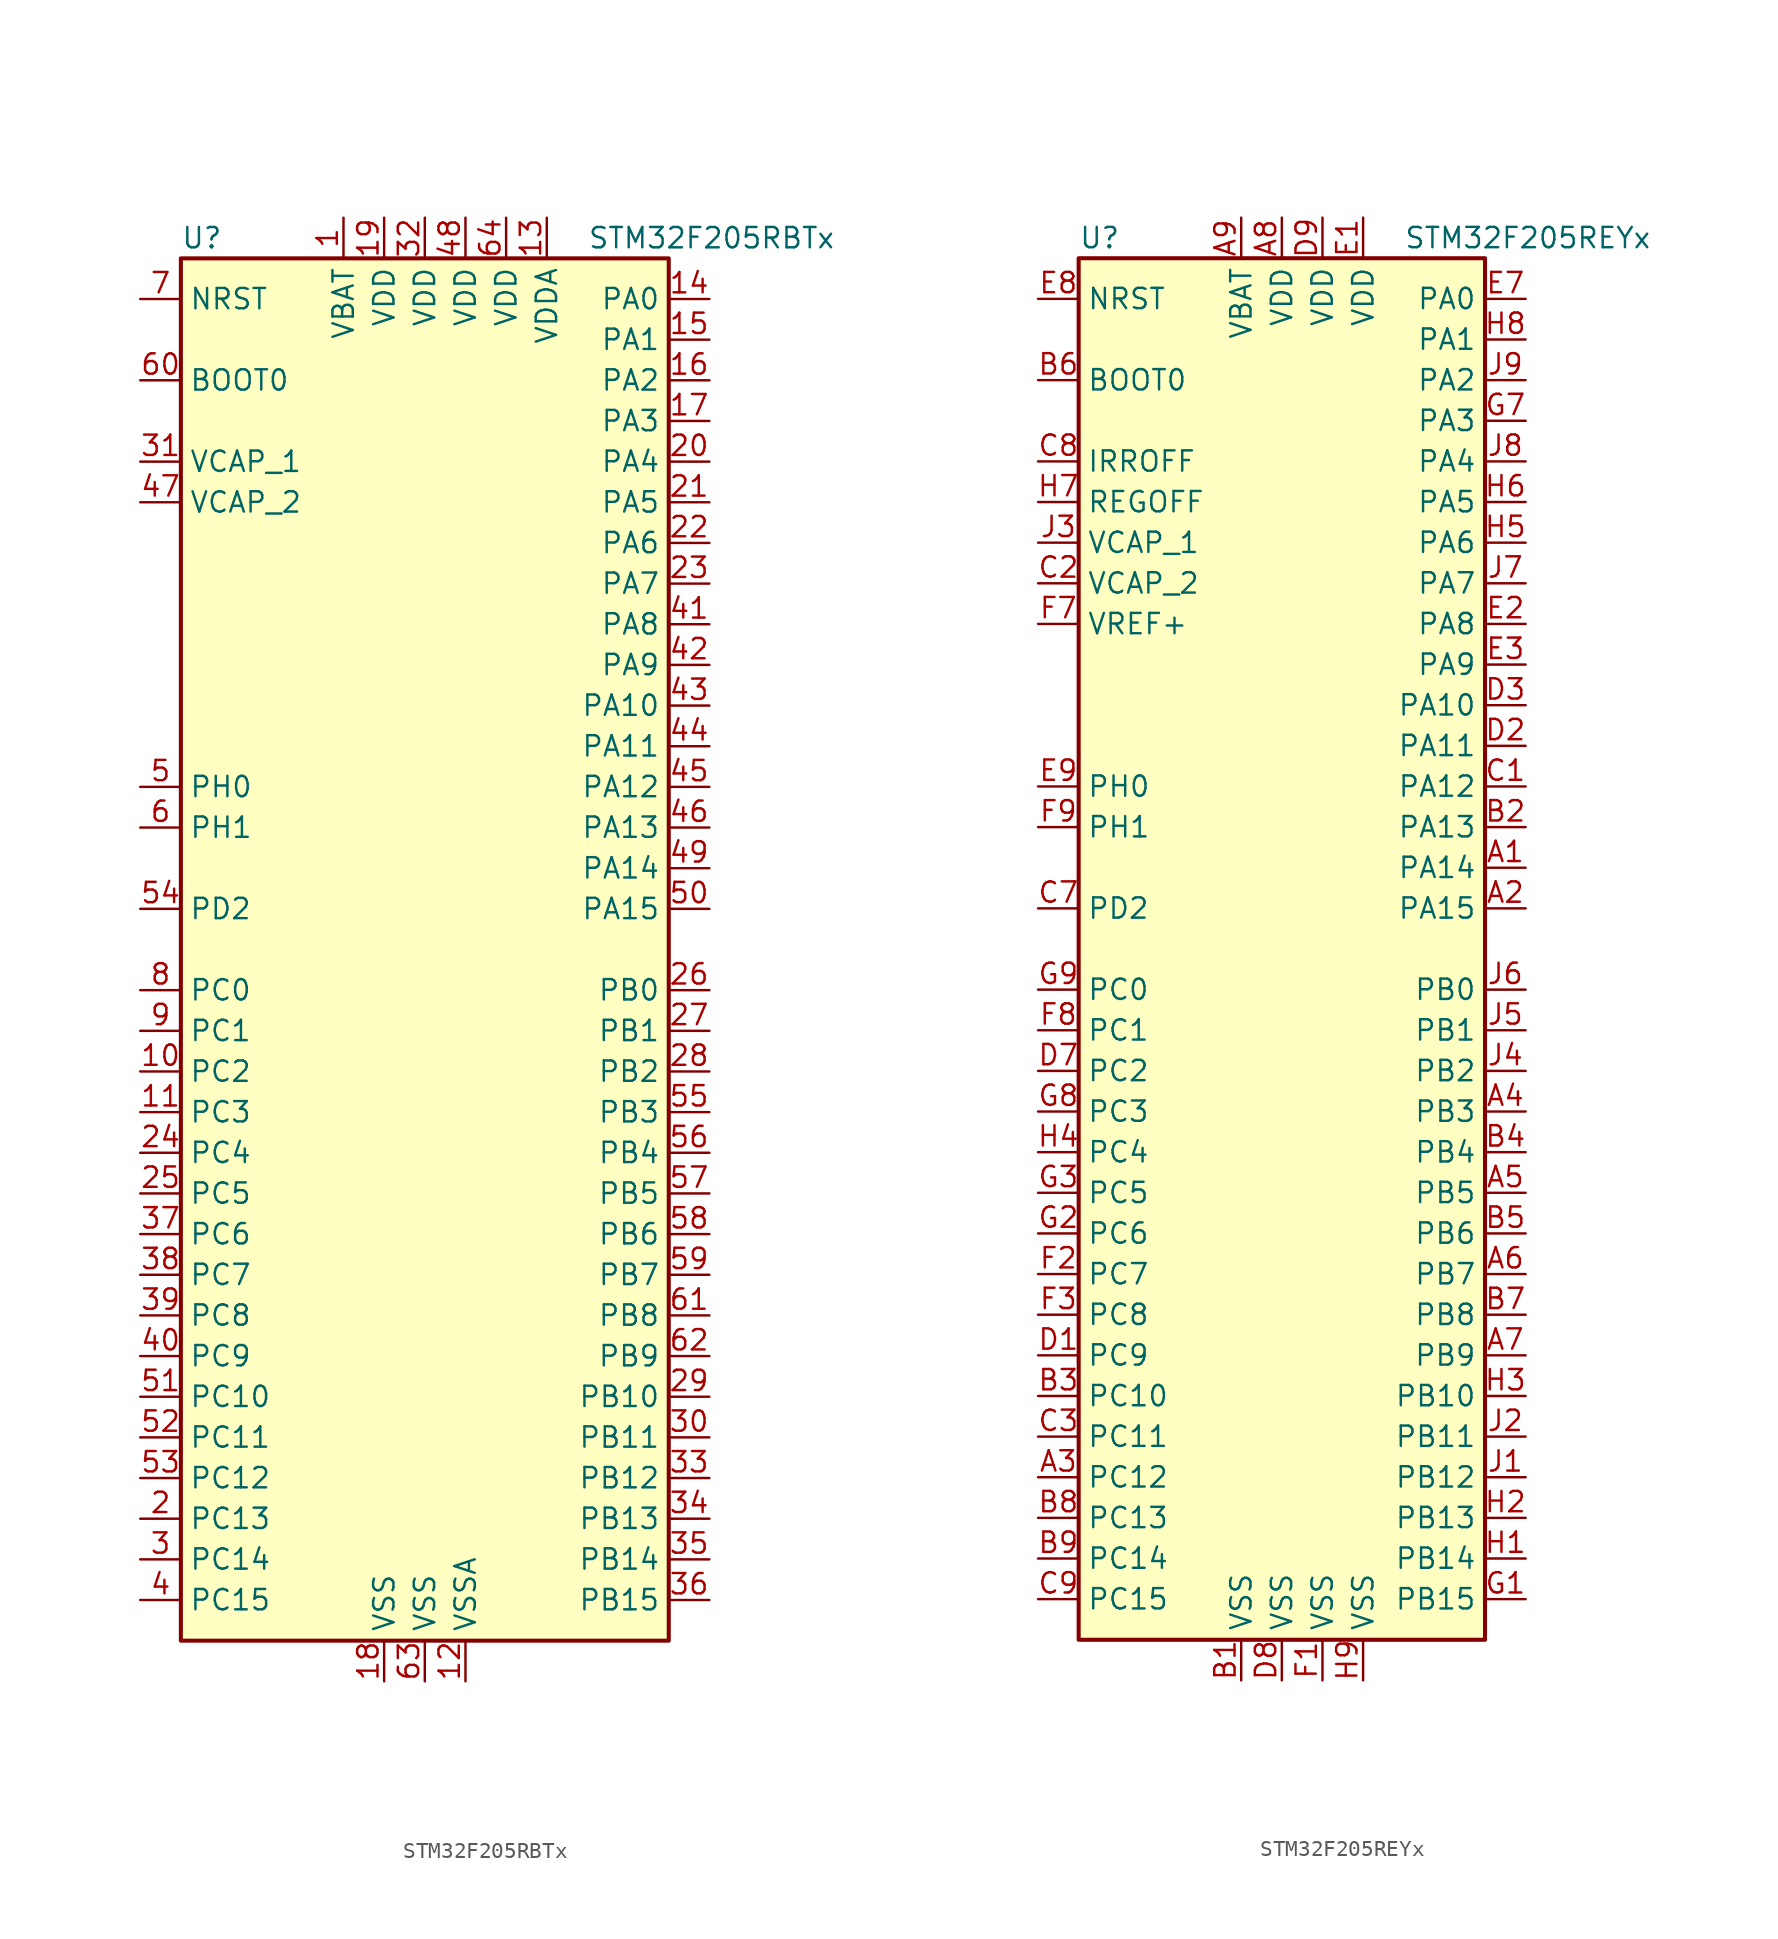
<source format=kicad_sym>
(kicad_symbol_lib
  (version 20201005)
  (generator kicad_symbol_editor)
  (symbol "STM32F205RBTx"
    (property "Reference" "U"
      (at -15.24 44.45 0)
      (effects (font (size 1.27 1.27)) (justify left)))
    (property "Value" "STM32F205RBTx"
      (at 10.16 44.45 0)
      (effects (font (size 1.27 1.27)) (justify left)))
    (symbol "STM32F205RBTx_0_1"
      (rectangle (start -15.24 -43.18) (end 15.24 43.18) (stroke (width 0.254)) (fill (type background))))
    (symbol "STM32F205RBTx_1_1"
      (pin input line (at -17.78 35.56 0) (length 2.54) (name "BOOT0" (effects (font (size 1.27 1.27)))) (number "60" (effects (font (size 1.27 1.27)))))
      (pin input line (at -17.78 40.64 0) (length 2.54) (name "NRST" (effects (font (size 1.27 1.27)))) (number "7" (effects (font (size 1.27 1.27)))))
      (pin bidirectional line (at 17.78 40.64 180) (length 2.54) (name "PA0" (effects (font (size 1.27 1.27)))) (number "14" (effects (font (size 1.27 1.27)))))
      (pin bidirectional line (at 17.78 38.1 180) (length 2.54) (name "PA1" (effects (font (size 1.27 1.27)))) (number "15" (effects (font (size 1.27 1.27)))))
      (pin bidirectional line (at 17.78 15.24 180) (length 2.54) (name "PA10" (effects (font (size 1.27 1.27)))) (number "43" (effects (font (size 1.27 1.27)))))
      (pin bidirectional line (at 17.78 12.7 180) (length 2.54) (name "PA11" (effects (font (size 1.27 1.27)))) (number "44" (effects (font (size 1.27 1.27)))))
      (pin bidirectional line (at 17.78 10.16 180) (length 2.54) (name "PA12" (effects (font (size 1.27 1.27)))) (number "45" (effects (font (size 1.27 1.27)))))
      (pin bidirectional line (at 17.78 7.62 180) (length 2.54) (name "PA13" (effects (font (size 1.27 1.27)))) (number "46" (effects (font (size 1.27 1.27)))))
      (pin bidirectional line (at 17.78 5.08 180) (length 2.54) (name "PA14" (effects (font (size 1.27 1.27)))) (number "49" (effects (font (size 1.27 1.27)))))
      (pin bidirectional line (at 17.78 2.54 180) (length 2.54) (name "PA15" (effects (font (size 1.27 1.27)))) (number "50" (effects (font (size 1.27 1.27)))))
      (pin bidirectional line (at 17.78 35.56 180) (length 2.54) (name "PA2" (effects (font (size 1.27 1.27)))) (number "16" (effects (font (size 1.27 1.27)))))
      (pin bidirectional line (at 17.78 33.02 180) (length 2.54) (name "PA3" (effects (font (size 1.27 1.27)))) (number "17" (effects (font (size 1.27 1.27)))))
      (pin bidirectional line (at 17.78 30.48 180) (length 2.54) (name "PA4" (effects (font (size 1.27 1.27)))) (number "20" (effects (font (size 1.27 1.27)))))
      (pin bidirectional line (at 17.78 27.94 180) (length 2.54) (name "PA5" (effects (font (size 1.27 1.27)))) (number "21" (effects (font (size 1.27 1.27)))))
      (pin bidirectional line (at 17.78 25.4 180) (length 2.54) (name "PA6" (effects (font (size 1.27 1.27)))) (number "22" (effects (font (size 1.27 1.27)))))
      (pin bidirectional line (at 17.78 22.86 180) (length 2.54) (name "PA7" (effects (font (size 1.27 1.27)))) (number "23" (effects (font (size 1.27 1.27)))))
      (pin bidirectional line (at 17.78 20.32 180) (length 2.54) (name "PA8" (effects (font (size 1.27 1.27)))) (number "41" (effects (font (size 1.27 1.27)))))
      (pin bidirectional line (at 17.78 17.78 180) (length 2.54) (name "PA9" (effects (font (size 1.27 1.27)))) (number "42" (effects (font (size 1.27 1.27)))))
      (pin bidirectional line (at 17.78 -2.54 180) (length 2.54) (name "PB0" (effects (font (size 1.27 1.27)))) (number "26" (effects (font (size 1.27 1.27)))))
      (pin bidirectional line (at 17.78 -5.08 180) (length 2.54) (name "PB1" (effects (font (size 1.27 1.27)))) (number "27" (effects (font (size 1.27 1.27)))))
      (pin bidirectional line (at 17.78 -27.94 180) (length 2.54) (name "PB10" (effects (font (size 1.27 1.27)))) (number "29" (effects (font (size 1.27 1.27)))))
      (pin bidirectional line (at 17.78 -30.48 180) (length 2.54) (name "PB11" (effects (font (size 1.27 1.27)))) (number "30" (effects (font (size 1.27 1.27)))))
      (pin bidirectional line (at 17.78 -33.02 180) (length 2.54) (name "PB12" (effects (font (size 1.27 1.27)))) (number "33" (effects (font (size 1.27 1.27)))))
      (pin bidirectional line (at 17.78 -35.56 180) (length 2.54) (name "PB13" (effects (font (size 1.27 1.27)))) (number "34" (effects (font (size 1.27 1.27)))))
      (pin bidirectional line (at 17.78 -38.1 180) (length 2.54) (name "PB14" (effects (font (size 1.27 1.27)))) (number "35" (effects (font (size 1.27 1.27)))))
      (pin bidirectional line (at 17.78 -40.64 180) (length 2.54) (name "PB15" (effects (font (size 1.27 1.27)))) (number "36" (effects (font (size 1.27 1.27)))))
      (pin bidirectional line (at 17.78 -7.62 180) (length 2.54) (name "PB2" (effects (font (size 1.27 1.27)))) (number "28" (effects (font (size 1.27 1.27)))))
      (pin bidirectional line (at 17.78 -10.16 180) (length 2.54) (name "PB3" (effects (font (size 1.27 1.27)))) (number "55" (effects (font (size 1.27 1.27)))))
      (pin bidirectional line (at 17.78 -12.7 180) (length 2.54) (name "PB4" (effects (font (size 1.27 1.27)))) (number "56" (effects (font (size 1.27 1.27)))))
      (pin bidirectional line (at 17.78 -15.24 180) (length 2.54) (name "PB5" (effects (font (size 1.27 1.27)))) (number "57" (effects (font (size 1.27 1.27)))))
      (pin bidirectional line (at 17.78 -17.78 180) (length 2.54) (name "PB6" (effects (font (size 1.27 1.27)))) (number "58" (effects (font (size 1.27 1.27)))))
      (pin bidirectional line (at 17.78 -20.32 180) (length 2.54) (name "PB7" (effects (font (size 1.27 1.27)))) (number "59" (effects (font (size 1.27 1.27)))))
      (pin bidirectional line (at 17.78 -22.86 180) (length 2.54) (name "PB8" (effects (font (size 1.27 1.27)))) (number "61" (effects (font (size 1.27 1.27)))))
      (pin bidirectional line (at 17.78 -25.4 180) (length 2.54) (name "PB9" (effects (font (size 1.27 1.27)))) (number "62" (effects (font (size 1.27 1.27)))))
      (pin bidirectional line (at -17.78 -2.54 0) (length 2.54) (name "PC0" (effects (font (size 1.27 1.27)))) (number "8" (effects (font (size 1.27 1.27)))))
      (pin bidirectional line (at -17.78 -5.08 0) (length 2.54) (name "PC1" (effects (font (size 1.27 1.27)))) (number "9" (effects (font (size 1.27 1.27)))))
      (pin bidirectional line (at -17.78 -27.94 0) (length 2.54) (name "PC10" (effects (font (size 1.27 1.27)))) (number "51" (effects (font (size 1.27 1.27)))))
      (pin bidirectional line (at -17.78 -30.48 0) (length 2.54) (name "PC11" (effects (font (size 1.27 1.27)))) (number "52" (effects (font (size 1.27 1.27)))))
      (pin bidirectional line (at -17.78 -33.02 0) (length 2.54) (name "PC12" (effects (font (size 1.27 1.27)))) (number "53" (effects (font (size 1.27 1.27)))))
      (pin bidirectional line (at -17.78 -35.56 0) (length 2.54) (name "PC13" (effects (font (size 1.27 1.27)))) (number "2" (effects (font (size 1.27 1.27)))))
      (pin bidirectional line (at -17.78 -38.1 0) (length 2.54) (name "PC14" (effects (font (size 1.27 1.27)))) (number "3" (effects (font (size 1.27 1.27)))))
      (pin bidirectional line (at -17.78 -40.64 0) (length 2.54) (name "PC15" (effects (font (size 1.27 1.27)))) (number "4" (effects (font (size 1.27 1.27)))))
      (pin bidirectional line (at -17.78 -7.62 0) (length 2.54) (name "PC2" (effects (font (size 1.27 1.27)))) (number "10" (effects (font (size 1.27 1.27)))))
      (pin bidirectional line (at -17.78 -10.16 0) (length 2.54) (name "PC3" (effects (font (size 1.27 1.27)))) (number "11" (effects (font (size 1.27 1.27)))))
      (pin bidirectional line (at -17.78 -12.7 0) (length 2.54) (name "PC4" (effects (font (size 1.27 1.27)))) (number "24" (effects (font (size 1.27 1.27)))))
      (pin bidirectional line (at -17.78 -15.24 0) (length 2.54) (name "PC5" (effects (font (size 1.27 1.27)))) (number "25" (effects (font (size 1.27 1.27)))))
      (pin bidirectional line (at -17.78 -17.78 0) (length 2.54) (name "PC6" (effects (font (size 1.27 1.27)))) (number "37" (effects (font (size 1.27 1.27)))))
      (pin bidirectional line (at -17.78 -20.32 0) (length 2.54) (name "PC7" (effects (font (size 1.27 1.27)))) (number "38" (effects (font (size 1.27 1.27)))))
      (pin bidirectional line (at -17.78 -22.86 0) (length 2.54) (name "PC8" (effects (font (size 1.27 1.27)))) (number "39" (effects (font (size 1.27 1.27)))))
      (pin bidirectional line (at -17.78 -25.4 0) (length 2.54) (name "PC9" (effects (font (size 1.27 1.27)))) (number "40" (effects (font (size 1.27 1.27)))))
      (pin bidirectional line (at -17.78 2.54 0) (length 2.54) (name "PD2" (effects (font (size 1.27 1.27)))) (number "54" (effects (font (size 1.27 1.27)))))
      (pin input line (at -17.78 10.16 0) (length 2.54) (name "PH0" (effects (font (size 1.27 1.27)))) (number "5" (effects (font (size 1.27 1.27)))))
      (pin input line (at -17.78 7.62 0) (length 2.54) (name "PH1" (effects (font (size 1.27 1.27)))) (number "6" (effects (font (size 1.27 1.27)))))
      (pin power_in line (at -5.08 45.72 270) (length 2.54) (name "VBAT" (effects (font (size 1.27 1.27)))) (number "1" (effects (font (size 1.27 1.27)))))
      (pin power_in line (at -17.78 30.48 0) (length 2.54) (name "VCAP_1" (effects (font (size 1.27 1.27)))) (number "31" (effects (font (size 1.27 1.27)))))
      (pin power_in line (at -17.78 27.94 0) (length 2.54) (name "VCAP_2" (effects (font (size 1.27 1.27)))) (number "47" (effects (font (size 1.27 1.27)))))
      (pin power_in line (at -2.54 45.72 270) (length 2.54) (name "VDD" (effects (font (size 1.27 1.27)))) (number "19" (effects (font (size 1.27 1.27)))))
      (pin power_in line (at 0 45.72 270) (length 2.54) (name "VDD" (effects (font (size 1.27 1.27)))) (number "32" (effects (font (size 1.27 1.27)))))
      (pin power_in line (at 2.54 45.72 270) (length 2.54) (name "VDD" (effects (font (size 1.27 1.27)))) (number "48" (effects (font (size 1.27 1.27)))))
      (pin power_in line (at 5.08 45.72 270) (length 2.54) (name "VDD" (effects (font (size 1.27 1.27)))) (number "64" (effects (font (size 1.27 1.27)))))
      (pin power_in line (at 7.62 45.72 270) (length 2.54) (name "VDDA" (effects (font (size 1.27 1.27)))) (number "13" (effects (font (size 1.27 1.27)))))
      (pin power_in line (at -2.54 -45.72 90) (length 2.54) (name "VSS" (effects (font (size 1.27 1.27)))) (number "18" (effects (font (size 1.27 1.27)))))
      (pin power_in line (at 0 -45.72 90) (length 2.54) (name "VSS" (effects (font (size 1.27 1.27)))) (number "63" (effects (font (size 1.27 1.27)))))
      (pin power_in line (at 2.54 -45.72 90) (length 2.54) (name "VSSA" (effects (font (size 1.27 1.27)))) (number "12" (effects (font (size 1.27 1.27)))))))
  (symbol "STM32F205REYx"
    (property "Reference" "U"
      (at -12.7 44.45 0)
      (effects (font (size 1.27 1.27)) (justify left)))
    (property "Value" "STM32F205REYx"
      (at 7.62 44.45 0)
      (effects (font (size 1.27 1.27)) (justify left)))
    (symbol "STM32F205REYx_0_1"
      (rectangle (start -12.7 -43.18) (end 12.7 43.18) (stroke (width 0.254)) (fill (type background))))
    (symbol "STM32F205REYx_1_1"
      (pin input line (at -15.24 35.56 0) (length 2.54) (name "BOOT0" (effects (font (size 1.27 1.27)))) (number "B6" (effects (font (size 1.27 1.27)))))
      (pin power_in line (at -15.24 30.48 0) (length 2.54) (name "IRROFF" (effects (font (size 1.27 1.27)))) (number "C8" (effects (font (size 1.27 1.27)))))
      (pin input line (at -15.24 40.64 0) (length 2.54) (name "NRST" (effects (font (size 1.27 1.27)))) (number "E8" (effects (font (size 1.27 1.27)))))
      (pin bidirectional line (at 15.24 40.64 180) (length 2.54) (name "PA0" (effects (font (size 1.27 1.27)))) (number "E7" (effects (font (size 1.27 1.27)))))
      (pin bidirectional line (at 15.24 38.1 180) (length 2.54) (name "PA1" (effects (font (size 1.27 1.27)))) (number "H8" (effects (font (size 1.27 1.27)))))
      (pin bidirectional line (at 15.24 15.24 180) (length 2.54) (name "PA10" (effects (font (size 1.27 1.27)))) (number "D3" (effects (font (size 1.27 1.27)))))
      (pin bidirectional line (at 15.24 12.7 180) (length 2.54) (name "PA11" (effects (font (size 1.27 1.27)))) (number "D2" (effects (font (size 1.27 1.27)))))
      (pin bidirectional line (at 15.24 10.16 180) (length 2.54) (name "PA12" (effects (font (size 1.27 1.27)))) (number "C1" (effects (font (size 1.27 1.27)))))
      (pin bidirectional line (at 15.24 7.62 180) (length 2.54) (name "PA13" (effects (font (size 1.27 1.27)))) (number "B2" (effects (font (size 1.27 1.27)))))
      (pin bidirectional line (at 15.24 5.08 180) (length 2.54) (name "PA14" (effects (font (size 1.27 1.27)))) (number "A1" (effects (font (size 1.27 1.27)))))
      (pin bidirectional line (at 15.24 2.54 180) (length 2.54) (name "PA15" (effects (font (size 1.27 1.27)))) (number "A2" (effects (font (size 1.27 1.27)))))
      (pin bidirectional line (at 15.24 35.56 180) (length 2.54) (name "PA2" (effects (font (size 1.27 1.27)))) (number "J9" (effects (font (size 1.27 1.27)))))
      (pin bidirectional line (at 15.24 33.02 180) (length 2.54) (name "PA3" (effects (font (size 1.27 1.27)))) (number "G7" (effects (font (size 1.27 1.27)))))
      (pin bidirectional line (at 15.24 30.48 180) (length 2.54) (name "PA4" (effects (font (size 1.27 1.27)))) (number "J8" (effects (font (size 1.27 1.27)))))
      (pin bidirectional line (at 15.24 27.94 180) (length 2.54) (name "PA5" (effects (font (size 1.27 1.27)))) (number "H6" (effects (font (size 1.27 1.27)))))
      (pin bidirectional line (at 15.24 25.4 180) (length 2.54) (name "PA6" (effects (font (size 1.27 1.27)))) (number "H5" (effects (font (size 1.27 1.27)))))
      (pin bidirectional line (at 15.24 22.86 180) (length 2.54) (name "PA7" (effects (font (size 1.27 1.27)))) (number "J7" (effects (font (size 1.27 1.27)))))
      (pin bidirectional line (at 15.24 20.32 180) (length 2.54) (name "PA8" (effects (font (size 1.27 1.27)))) (number "E2" (effects (font (size 1.27 1.27)))))
      (pin bidirectional line (at 15.24 17.78 180) (length 2.54) (name "PA9" (effects (font (size 1.27 1.27)))) (number "E3" (effects (font (size 1.27 1.27)))))
      (pin bidirectional line (at 15.24 -2.54 180) (length 2.54) (name "PB0" (effects (font (size 1.27 1.27)))) (number "J6" (effects (font (size 1.27 1.27)))))
      (pin bidirectional line (at 15.24 -5.08 180) (length 2.54) (name "PB1" (effects (font (size 1.27 1.27)))) (number "J5" (effects (font (size 1.27 1.27)))))
      (pin bidirectional line (at 15.24 -27.94 180) (length 2.54) (name "PB10" (effects (font (size 1.27 1.27)))) (number "H3" (effects (font (size 1.27 1.27)))))
      (pin bidirectional line (at 15.24 -30.48 180) (length 2.54) (name "PB11" (effects (font (size 1.27 1.27)))) (number "J2" (effects (font (size 1.27 1.27)))))
      (pin bidirectional line (at 15.24 -33.02 180) (length 2.54) (name "PB12" (effects (font (size 1.27 1.27)))) (number "J1" (effects (font (size 1.27 1.27)))))
      (pin bidirectional line (at 15.24 -35.56 180) (length 2.54) (name "PB13" (effects (font (size 1.27 1.27)))) (number "H2" (effects (font (size 1.27 1.27)))))
      (pin bidirectional line (at 15.24 -38.1 180) (length 2.54) (name "PB14" (effects (font (size 1.27 1.27)))) (number "H1" (effects (font (size 1.27 1.27)))))
      (pin bidirectional line (at 15.24 -40.64 180) (length 2.54) (name "PB15" (effects (font (size 1.27 1.27)))) (number "G1" (effects (font (size 1.27 1.27)))))
      (pin bidirectional line (at 15.24 -7.62 180) (length 2.54) (name "PB2" (effects (font (size 1.27 1.27)))) (number "J4" (effects (font (size 1.27 1.27)))))
      (pin bidirectional line (at 15.24 -10.16 180) (length 2.54) (name "PB3" (effects (font (size 1.27 1.27)))) (number "A4" (effects (font (size 1.27 1.27)))))
      (pin bidirectional line (at 15.24 -12.7 180) (length 2.54) (name "PB4" (effects (font (size 1.27 1.27)))) (number "B4" (effects (font (size 1.27 1.27)))))
      (pin bidirectional line (at 15.24 -15.24 180) (length 2.54) (name "PB5" (effects (font (size 1.27 1.27)))) (number "A5" (effects (font (size 1.27 1.27)))))
      (pin bidirectional line (at 15.24 -17.78 180) (length 2.54) (name "PB6" (effects (font (size 1.27 1.27)))) (number "B5" (effects (font (size 1.27 1.27)))))
      (pin bidirectional line (at 15.24 -20.32 180) (length 2.54) (name "PB7" (effects (font (size 1.27 1.27)))) (number "A6" (effects (font (size 1.27 1.27)))))
      (pin bidirectional line (at 15.24 -22.86 180) (length 2.54) (name "PB8" (effects (font (size 1.27 1.27)))) (number "B7" (effects (font (size 1.27 1.27)))))
      (pin bidirectional line (at 15.24 -25.4 180) (length 2.54) (name "PB9" (effects (font (size 1.27 1.27)))) (number "A7" (effects (font (size 1.27 1.27)))))
      (pin bidirectional line (at -15.24 -2.54 0) (length 2.54) (name "PC0" (effects (font (size 1.27 1.27)))) (number "G9" (effects (font (size 1.27 1.27)))))
      (pin bidirectional line (at -15.24 -5.08 0) (length 2.54) (name "PC1" (effects (font (size 1.27 1.27)))) (number "F8" (effects (font (size 1.27 1.27)))))
      (pin bidirectional line (at -15.24 -27.94 0) (length 2.54) (name "PC10" (effects (font (size 1.27 1.27)))) (number "B3" (effects (font (size 1.27 1.27)))))
      (pin bidirectional line (at -15.24 -30.48 0) (length 2.54) (name "PC11" (effects (font (size 1.27 1.27)))) (number "C3" (effects (font (size 1.27 1.27)))))
      (pin bidirectional line (at -15.24 -33.02 0) (length 2.54) (name "PC12" (effects (font (size 1.27 1.27)))) (number "A3" (effects (font (size 1.27 1.27)))))
      (pin bidirectional line (at -15.24 -35.56 0) (length 2.54) (name "PC13" (effects (font (size 1.27 1.27)))) (number "B8" (effects (font (size 1.27 1.27)))))
      (pin bidirectional line (at -15.24 -38.1 0) (length 2.54) (name "PC14" (effects (font (size 1.27 1.27)))) (number "B9" (effects (font (size 1.27 1.27)))))
      (pin bidirectional line (at -15.24 -40.64 0) (length 2.54) (name "PC15" (effects (font (size 1.27 1.27)))) (number "C9" (effects (font (size 1.27 1.27)))))
      (pin bidirectional line (at -15.24 -7.62 0) (length 2.54) (name "PC2" (effects (font (size 1.27 1.27)))) (number "D7" (effects (font (size 1.27 1.27)))))
      (pin bidirectional line (at -15.24 -10.16 0) (length 2.54) (name "PC3" (effects (font (size 1.27 1.27)))) (number "G8" (effects (font (size 1.27 1.27)))))
      (pin bidirectional line (at -15.24 -12.7 0) (length 2.54) (name "PC4" (effects (font (size 1.27 1.27)))) (number "H4" (effects (font (size 1.27 1.27)))))
      (pin bidirectional line (at -15.24 -15.24 0) (length 2.54) (name "PC5" (effects (font (size 1.27 1.27)))) (number "G3" (effects (font (size 1.27 1.27)))))
      (pin bidirectional line (at -15.24 -17.78 0) (length 2.54) (name "PC6" (effects (font (size 1.27 1.27)))) (number "G2" (effects (font (size 1.27 1.27)))))
      (pin bidirectional line (at -15.24 -20.32 0) (length 2.54) (name "PC7" (effects (font (size 1.27 1.27)))) (number "F2" (effects (font (size 1.27 1.27)))))
      (pin bidirectional line (at -15.24 -22.86 0) (length 2.54) (name "PC8" (effects (font (size 1.27 1.27)))) (number "F3" (effects (font (size 1.27 1.27)))))
      (pin bidirectional line (at -15.24 -25.4 0) (length 2.54) (name "PC9" (effects (font (size 1.27 1.27)))) (number "D1" (effects (font (size 1.27 1.27)))))
      (pin bidirectional line (at -15.24 2.54 0) (length 2.54) (name "PD2" (effects (font (size 1.27 1.27)))) (number "C7" (effects (font (size 1.27 1.27)))))
      (pin input line (at -15.24 10.16 0) (length 2.54) (name "PH0" (effects (font (size 1.27 1.27)))) (number "E9" (effects (font (size 1.27 1.27)))))
      (pin input line (at -15.24 7.62 0) (length 2.54) (name "PH1" (effects (font (size 1.27 1.27)))) (number "F9" (effects (font (size 1.27 1.27)))))
      (pin power_in line (at -15.24 27.94 0) (length 2.54) (name "REGOFF" (effects (font (size 1.27 1.27)))) (number "H7" (effects (font (size 1.27 1.27)))))
      (pin power_in line (at -2.54 45.72 270) (length 2.54) (name "VBAT" (effects (font (size 1.27 1.27)))) (number "A9" (effects (font (size 1.27 1.27)))))
      (pin power_in line (at -15.24 25.4 0) (length 2.54) (name "VCAP_1" (effects (font (size 1.27 1.27)))) (number "J3" (effects (font (size 1.27 1.27)))))
      (pin power_in line (at -15.24 22.86 0) (length 2.54) (name "VCAP_2" (effects (font (size 1.27 1.27)))) (number "C2" (effects (font (size 1.27 1.27)))))
      (pin power_in line (at 0 45.72 270) (length 2.54) (name "VDD" (effects (font (size 1.27 1.27)))) (number "A8" (effects (font (size 1.27 1.27)))))
      (pin power_in line (at 2.54 45.72 270) (length 2.54) (name "VDD" (effects (font (size 1.27 1.27)))) (number "D9" (effects (font (size 1.27 1.27)))))
      (pin power_in line (at 5.08 45.72 270) (length 2.54) (name "VDD" (effects (font (size 1.27 1.27)))) (number "E1" (effects (font (size 1.27 1.27)))))
      (pin power_in line (at -15.24 20.32 0) (length 2.54) (name "VREF+" (effects (font (size 1.27 1.27)))) (number "F7" (effects (font (size 1.27 1.27)))))
      (pin power_in line (at -2.54 -45.72 90) (length 2.54) (name "VSS" (effects (font (size 1.27 1.27)))) (number "B1" (effects (font (size 1.27 1.27)))))
      (pin power_in line (at 0 -45.72 90) (length 2.54) (name "VSS" (effects (font (size 1.27 1.27)))) (number "D8" (effects (font (size 1.27 1.27)))))
      (pin power_in line (at 2.54 -45.72 90) (length 2.54) (name "VSS" (effects (font (size 1.27 1.27)))) (number "F1" (effects (font (size 1.27 1.27)))))
      (pin power_in line (at 5.08 -45.72 90) (length 2.54) (name "VSS" (effects (font (size 1.27 1.27)))) (number "H9" (effects (font (size 1.27 1.27))))))))
</source>
